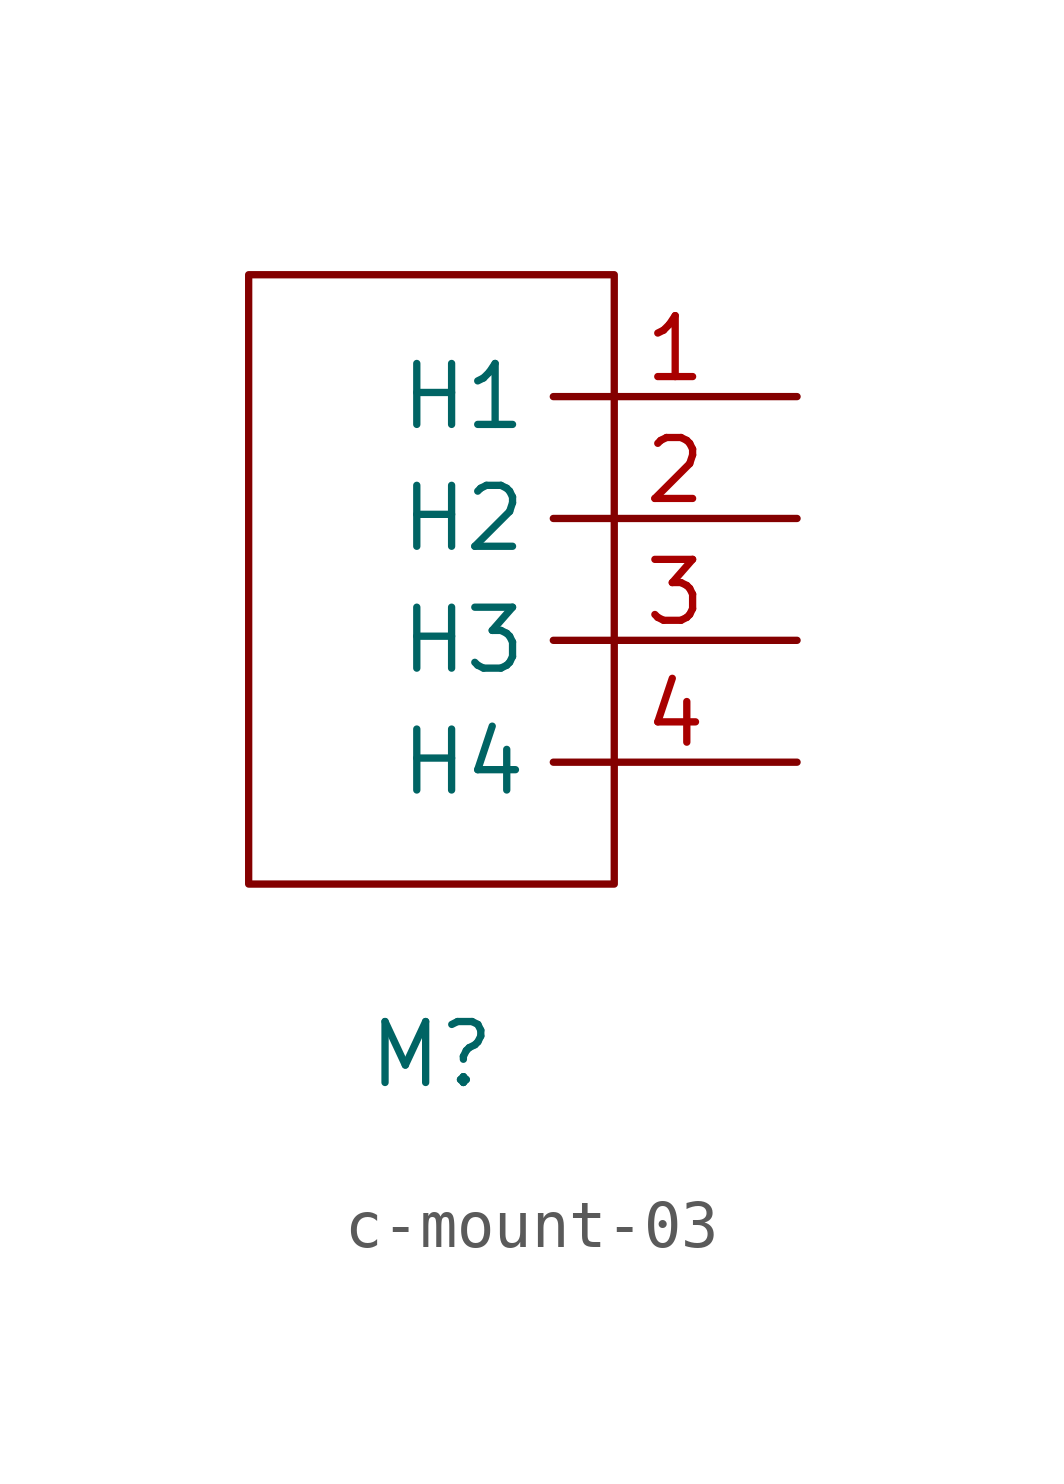
<source format=kicad_sym>
(kicad_symbol_lib
  (version 20241209)
  (generator "kicad_symbol_editor")
  (generator_version "9.0")
  (symbol "c-mount-03"
    (property "Reference" "M"
      (at 0 -9.906 0)
      (effects (font (size 1.27 1.27))))
    (property "Value" ""
      (at 0 0 0)
      (effects (font (size 1.27 1.27))))
    (symbol "c-mount-03_0_1"
      (rectangle (start -3.81 6.35) (end 3.81 -6.35) (stroke (width 0) (type default)) (fill (type none))))
    (symbol "c-mount-03_1_1"
      (pin passive line (at 7.62 3.81 180) (length 5.08) (name "H1" (effects (font (size 1.27 1.27)))) (number "1" (effects (font (size 1.27 1.27)))))
      (pin passive line (at 7.62 1.27 180) (length 5.08) (name "H2" (effects (font (size 1.27 1.27)))) (number "2" (effects (font (size 1.27 1.27)))))
      (pin passive line (at 7.62 -1.27 180) (length 5.08) (name "H3" (effects (font (size 1.27 1.27)))) (number "3" (effects (font (size 1.27 1.27)))))
      (pin passive line (at 7.62 -3.81 180) (length 5.08) (name "H4" (effects (font (size 1.27 1.27)))) (number "4" (effects (font (size 1.27 1.27))))))))
</source>
